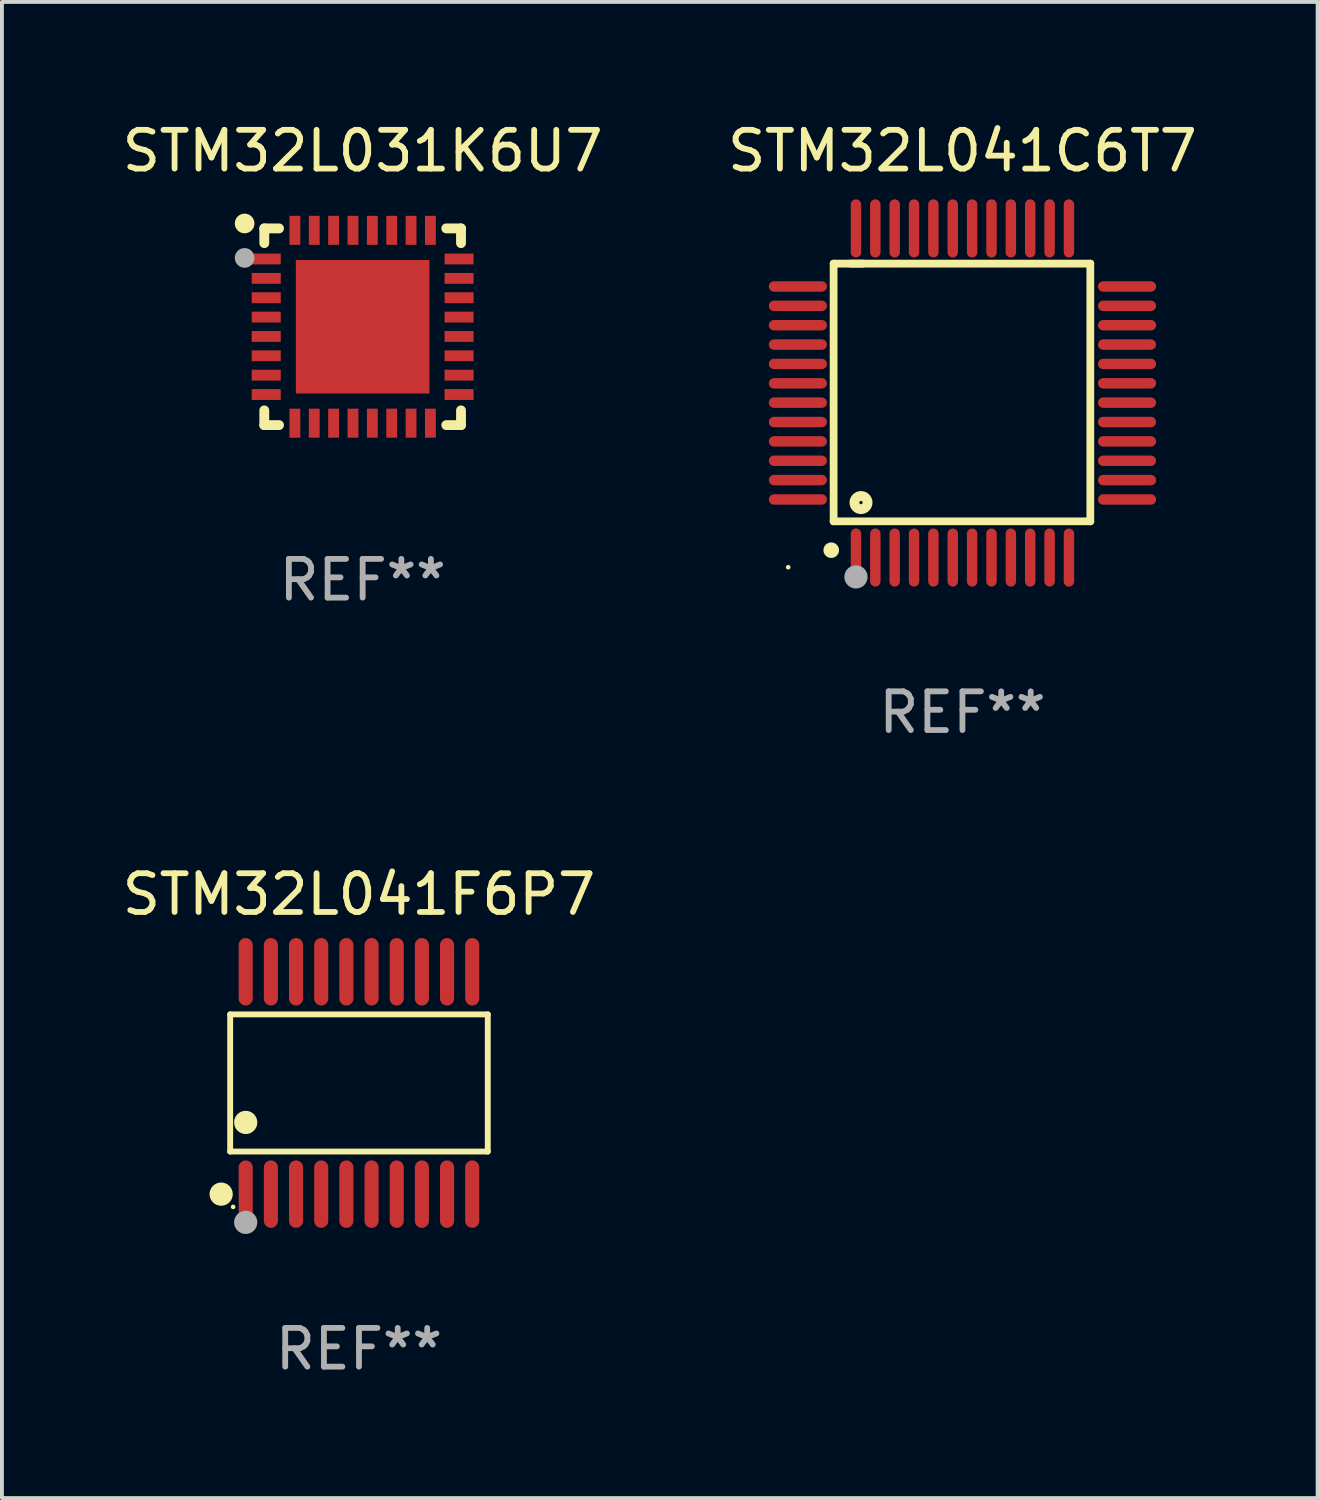
<source format=kicad_pcb>
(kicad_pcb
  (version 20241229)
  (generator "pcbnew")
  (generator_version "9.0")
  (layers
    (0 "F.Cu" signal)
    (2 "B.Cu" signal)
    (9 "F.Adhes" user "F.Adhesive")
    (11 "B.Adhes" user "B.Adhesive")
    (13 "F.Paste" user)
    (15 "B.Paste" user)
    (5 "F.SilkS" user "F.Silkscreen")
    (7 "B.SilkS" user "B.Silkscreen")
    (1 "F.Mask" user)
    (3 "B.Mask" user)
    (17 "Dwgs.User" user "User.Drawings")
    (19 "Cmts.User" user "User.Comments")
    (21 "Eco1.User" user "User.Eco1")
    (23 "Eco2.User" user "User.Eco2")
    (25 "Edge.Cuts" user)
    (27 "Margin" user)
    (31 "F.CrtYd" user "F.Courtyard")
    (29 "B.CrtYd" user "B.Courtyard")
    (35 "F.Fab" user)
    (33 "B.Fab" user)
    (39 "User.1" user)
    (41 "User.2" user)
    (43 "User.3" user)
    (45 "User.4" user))
  (footprint "STM32L031K6U7"
    (layer "F.Cu")
    (at 6.315 5.388)
    (property "Reference" "STM32L031K6U7" (at 0 -4.54 0) (layer "F.SilkS") (effects (font (size 1 1) (thickness 0.15))))
    (attr through_hole)
    (fp_line (start -2.54 -2.54) (end -2.159 -2.54) (stroke (width 0.254) (type solid)) (layer "F.SilkS"))
    (fp_line (start -2.54 -2.159) (end -2.54 -2.54) (stroke (width 0.254) (type solid)) (layer "F.SilkS"))
    (fp_line (start -2.54 2.54) (end -2.54 2.159) (stroke (width 0.254) (type solid)) (layer "F.SilkS"))
    (fp_line (start -2.159 2.54) (end -2.54 2.54) (stroke (width 0.254) (type solid)) (layer "F.SilkS"))
    (fp_line (start 2.159 -2.54) (end 2.54 -2.54) (stroke (width 0.254) (type solid)) (layer "F.SilkS"))
    (fp_line (start 2.54 -2.54) (end 2.54 -2.159) (stroke (width 0.254) (type solid)) (layer "F.SilkS"))
    (fp_line (start 2.54 2.159) (end 2.54 2.54) (stroke (width 0.254) (type solid)) (layer "F.SilkS"))
    (fp_line (start 2.54 2.54) (end 2.159 2.54) (stroke (width 0.254) (type solid)) (layer "F.SilkS"))
    (fp_circle (center -3.048 -2.667) (end -2.921 -2.667) (stroke (width 0.254) (type solid)) (fill no) (layer "F.SilkS"))
    (fp_circle (center -2.5 -2.5) (end -2.47 -2.5) (stroke (width 0.06) (type solid)) (fill no) (layer "F.SilkS"))
    (fp_circle (center -3.048 -1.778) (end -2.921 -1.778) (stroke (width 0.254) (type solid)) (fill no) (layer "F.Fab"))
    (fp_text user "REF**" (at 0 6.54 0) (layer "F.Fab") (effects (font (size 1 1) (thickness 0.15))))
    (pad "1" smd rect (at -2.49 -1.75) (size 0.75 0.28) (layers "F.Cu" "F.Mask" "F.Paste"))
    (pad "2" smd rect (at -2.49 -1.25) (size 0.75 0.28) (layers "F.Cu" "F.Mask" "F.Paste"))
    (pad "3" smd rect (at -2.49 -0.75) (size 0.75 0.28) (layers "F.Cu" "F.Mask" "F.Paste"))
    (pad "4" smd rect (at -2.49 -0.25) (size 0.75 0.28) (layers "F.Cu" "F.Mask" "F.Paste"))
    (pad "5" smd rect (at -2.49 0.25) (size 0.75 0.28) (layers "F.Cu" "F.Mask" "F.Paste"))
    (pad "6" smd rect (at -2.49 0.75) (size 0.75 0.28) (layers "F.Cu" "F.Mask" "F.Paste"))
    (pad "7" smd rect (at -2.49 1.25) (size 0.75 0.28) (layers "F.Cu" "F.Mask" "F.Paste"))
    (pad "8" smd rect (at -2.49 1.75) (size 0.75 0.28) (layers "F.Cu" "F.Mask" "F.Paste"))
    (pad "9" smd rect (at -1.75 2.49) (size 0.28 0.75) (layers "F.Cu" "F.Mask" "F.Paste"))
    (pad "10" smd rect (at -1.25 2.49) (size 0.28 0.75) (layers "F.Cu" "F.Mask" "F.Paste"))
    (pad "11" smd rect (at -0.75 2.49) (size 0.28 0.75) (layers "F.Cu" "F.Mask" "F.Paste"))
    (pad "12" smd rect (at -0.25 2.49) (size 0.28 0.75) (layers "F.Cu" "F.Mask" "F.Paste"))
    (pad "13" smd rect (at 0.25 2.49) (size 0.28 0.75) (layers "F.Cu" "F.Mask" "F.Paste"))
    (pad "14" smd rect (at 0.75 2.49) (size 0.28 0.75) (layers "F.Cu" "F.Mask" "F.Paste"))
    (pad "15" smd rect (at 1.25 2.49) (size 0.28 0.75) (layers "F.Cu" "F.Mask" "F.Paste"))
    (pad "16" smd rect (at 1.75 2.49) (size 0.28 0.75) (layers "F.Cu" "F.Mask" "F.Paste"))
    (pad "17" smd rect (at 2.49 1.75) (size 0.75 0.28) (layers "F.Cu" "F.Mask" "F.Paste"))
    (pad "18" smd rect (at 2.49 1.25) (size 0.75 0.28) (layers "F.Cu" "F.Mask" "F.Paste"))
    (pad "19" smd rect (at 2.49 0.75) (size 0.75 0.28) (layers "F.Cu" "F.Mask" "F.Paste"))
    (pad "20" smd rect (at 2.49 0.25) (size 0.75 0.28) (layers "F.Cu" "F.Mask" "F.Paste"))
    (pad "21" smd rect (at 2.49 -0.25) (size 0.75 0.28) (layers "F.Cu" "F.Mask" "F.Paste"))
    (pad "22" smd rect (at 2.49 -0.75) (size 0.75 0.28) (layers "F.Cu" "F.Mask" "F.Paste"))
    (pad "23" smd rect (at 2.49 -1.25) (size 0.75 0.28) (layers "F.Cu" "F.Mask" "F.Paste"))
    (pad "24" smd rect (at 2.49 -1.75) (size 0.75 0.28) (layers "F.Cu" "F.Mask" "F.Paste"))
    (pad "25" smd rect (at 1.75 -2.49) (size 0.28 0.75) (layers "F.Cu" "F.Mask" "F.Paste"))
    (pad "26" smd rect (at 1.25 -2.49) (size 0.28 0.75) (layers "F.Cu" "F.Mask" "F.Paste"))
    (pad "27" smd rect (at 0.75 -2.49) (size 0.28 0.75) (layers "F.Cu" "F.Mask" "F.Paste"))
    (pad "28" smd rect (at 0.25 -2.49) (size 0.28 0.75) (layers "F.Cu" "F.Mask" "F.Paste"))
    (pad "29" smd rect (at -0.25 -2.49) (size 0.28 0.75) (layers "F.Cu" "F.Mask" "F.Paste"))
    (pad "30" smd rect (at -0.75 -2.49) (size 0.28 0.75) (layers "F.Cu" "F.Mask" "F.Paste"))
    (pad "31" smd rect (at -1.25 -2.49) (size 0.28 0.75) (layers "F.Cu" "F.Mask" "F.Paste"))
    (pad "32" smd rect (at -1.75 -2.49) (size 0.28 0.75) (layers "F.Cu" "F.Mask" "F.Paste"))
    (pad "33" smd rect (at 0 0) (size 3.45 3.45) (layers "F.Cu" "F.Mask" "F.Paste")))
  (footprint "STM32L041F6P7"
    (layer "F.Cu")
    (at 6.22 24.916)
    (property "Reference" "STM32L041F6P7" (at 0 -4.871 0) (layer "F.SilkS") (effects (font (size 1 1) (thickness 0.15))))
    (attr through_hole)
    (fp_line (start -3.326 -1.771) (end 3.326 -1.771) (stroke (width 0.152) (type solid)) (layer "F.SilkS"))
    (fp_line (start -3.326 1.771) (end -3.326 -1.771) (stroke (width 0.152) (type solid)) (layer "F.SilkS"))
    (fp_line (start 3.326 -1.771) (end 3.326 1.771) (stroke (width 0.152) (type solid)) (layer "F.SilkS"))
    (fp_line (start 3.326 1.771) (end -3.326 1.771) (stroke (width 0.152) (type solid)) (layer "F.SilkS"))
    (fp_circle (center -3.559 2.871) (end -3.409 2.871) (stroke (width 0.3) (type solid)) (fill no) (layer "F.SilkS"))
    (fp_circle (center -3.25 3.2) (end -3.22 3.2) (stroke (width 0.06) (type solid)) (fill no) (layer "F.SilkS"))
    (fp_circle (center -2.925 1.019) (end -2.775 1.019) (stroke (width 0.3) (type solid)) (fill no) (layer "F.SilkS"))
    (fp_circle (center -2.925 3.6) (end -2.775 3.6) (stroke (width 0.3) (type solid)) (fill no) (layer "F.Fab"))
    (fp_text user "REF**" (at 0 6.871 0) (layer "F.Fab") (effects (font (size 1 1) (thickness 0.15))))
    (pad "1" smd oval (at -2.925 2.871) (size 0.364 1.742) (layers "F.Cu" "F.Mask" "F.Paste"))
    (pad "2" smd oval (at -2.275 2.871) (size 0.364 1.742) (layers "F.Cu" "F.Mask" "F.Paste"))
    (pad "3" smd oval (at -1.625 2.871) (size 0.364 1.742) (layers "F.Cu" "F.Mask" "F.Paste"))
    (pad "4" smd oval (at -0.975 2.871) (size 0.364 1.742) (layers "F.Cu" "F.Mask" "F.Paste"))
    (pad "5" smd oval (at -0.325 2.871) (size 0.364 1.742) (layers "F.Cu" "F.Mask" "F.Paste"))
    (pad "6" smd oval (at 0.325 2.871) (size 0.364 1.742) (layers "F.Cu" "F.Mask" "F.Paste"))
    (pad "7" smd oval (at 0.975 2.871) (size 0.364 1.742) (layers "F.Cu" "F.Mask" "F.Paste"))
    (pad "8" smd oval (at 1.625 2.871) (size 0.364 1.742) (layers "F.Cu" "F.Mask" "F.Paste"))
    (pad "9" smd oval (at 2.275 2.871) (size 0.364 1.742) (layers "F.Cu" "F.Mask" "F.Paste"))
    (pad "10" smd oval (at 2.925 2.871) (size 0.364 1.742) (layers "F.Cu" "F.Mask" "F.Paste"))
    (pad "11" smd oval (at 2.925 -2.871) (size 0.364 1.742) (layers "F.Cu" "F.Mask" "F.Paste"))
    (pad "12" smd oval (at 2.275 -2.871) (size 0.364 1.742) (layers "F.Cu" "F.Mask" "F.Paste"))
    (pad "13" smd oval (at 1.625 -2.871) (size 0.364 1.742) (layers "F.Cu" "F.Mask" "F.Paste"))
    (pad "14" smd oval (at 0.975 -2.871) (size 0.364 1.742) (layers "F.Cu" "F.Mask" "F.Paste"))
    (pad "15" smd oval (at 0.325 -2.871) (size 0.364 1.742) (layers "F.Cu" "F.Mask" "F.Paste"))
    (pad "16" smd oval (at -0.325 -2.871) (size 0.364 1.742) (layers "F.Cu" "F.Mask" "F.Paste"))
    (pad "17" smd oval (at -0.975 -2.871) (size 0.364 1.742) (layers "F.Cu" "F.Mask" "F.Paste"))
    (pad "18" smd oval (at -1.625 -2.871) (size 0.364 1.742) (layers "F.Cu" "F.Mask" "F.Paste"))
    (pad "19" smd oval (at -2.275 -2.871) (size 0.364 1.742) (layers "F.Cu" "F.Mask" "F.Paste"))
    (pad "20" smd oval (at -2.925 -2.871) (size 0.364 1.742) (layers "F.Cu" "F.Mask" "F.Paste")))
  (footprint "STM32L041C6T7"
    (layer "F.Cu")
    (at 21.804 7.098)
    (property "Reference" "STM32L041C6T7" (at 0 -6.25 0) (layer "F.SilkS") (effects (font (size 1 1) (thickness 0.15))))
    (attr through_hole)
    (fp_line (start -3.327 -3.34) (end -2.565 -3.34) (stroke (width 0.2) (type solid)) (layer "F.SilkS"))
    (fp_line (start -3.327 3.315) (end -3.327 -3.34) (stroke (width 0.2) (type solid)) (layer "F.SilkS"))
    (fp_line (start -2.896 -3.34) (end 3.302 -3.34) (stroke (width 0.2) (type solid)) (layer "F.SilkS"))
    (fp_line (start 3.302 -3.34) (end 3.302 3.315) (stroke (width 0.2) (type solid)) (layer "F.SilkS"))
    (fp_line (start 3.302 3.315) (end -3.327 3.315) (stroke (width 0.2) (type solid)) (layer "F.SilkS"))
    (fp_arc (start -3.389992 4.059995) (mid -3.388722 4.059991) (end -3.387452 4.059995) (stroke (width 0.4) (type solid)) (layer "F.SilkS"))
    (fp_circle (center -4.5 4.5) (end -4.47 4.5) (stroke (width 0.06) (type solid)) (fill no) (layer "F.SilkS"))
    (fp_circle (center -2.62 2.83) (end -2.45 2.83) (stroke (width 0.254) (type solid)) (fill no) (layer "F.SilkS"))
    (fp_circle (center -2.75 4.75) (end -2.6 4.75) (stroke (width 0.3) (type solid)) (fill no) (layer "F.Fab"))
    (fp_text user "REF**" (at 0 8.25 0) (layer "F.Fab") (effects (font (size 1 1) (thickness 0.15))))
    (pad "1" smd oval (at -2.75 4.25) (size 0.27 1.5) (layers "F.Cu" "F.Mask" "F.Paste"))
    (pad "2" smd oval (at -2.25 4.25) (size 0.27 1.5) (layers "F.Cu" "F.Mask" "F.Paste"))
    (pad "3" smd oval (at -1.75 4.25) (size 0.27 1.5) (layers "F.Cu" "F.Mask" "F.Paste"))
    (pad "4" smd oval (at -1.25 4.25) (size 0.27 1.5) (layers "F.Cu" "F.Mask" "F.Paste"))
    (pad "5" smd oval (at -0.75 4.25) (size 0.27 1.5) (layers "F.Cu" "F.Mask" "F.Paste"))
    (pad "6" smd oval (at -0.25 4.25) (size 0.27 1.5) (layers "F.Cu" "F.Mask" "F.Paste"))
    (pad "7" smd oval (at 0.25 4.25) (size 0.27 1.5) (layers "F.Cu" "F.Mask" "F.Paste"))
    (pad "8" smd oval (at 0.75 4.25) (size 0.27 1.5) (layers "F.Cu" "F.Mask" "F.Paste"))
    (pad "9" smd oval (at 1.25 4.25) (size 0.27 1.5) (layers "F.Cu" "F.Mask" "F.Paste"))
    (pad "10" smd oval (at 1.75 4.25) (size 0.27 1.5) (layers "F.Cu" "F.Mask" "F.Paste"))
    (pad "11" smd oval (at 2.25 4.25) (size 0.27 1.5) (layers "F.Cu" "F.Mask" "F.Paste"))
    (pad "12" smd oval (at 2.75 4.25) (size 0.27 1.5) (layers "F.Cu" "F.Mask" "F.Paste"))
    (pad "13" smd oval (at 4.25 2.75) (size 1.5 0.27) (layers "F.Cu" "F.Mask" "F.Paste"))
    (pad "14" smd oval (at 4.25 2.25) (size 1.5 0.27) (layers "F.Cu" "F.Mask" "F.Paste"))
    (pad "15" smd oval (at 4.25 1.75) (size 1.5 0.27) (layers "F.Cu" "F.Mask" "F.Paste"))
    (pad "16" smd oval (at 4.25 1.25) (size 1.5 0.27) (layers "F.Cu" "F.Mask" "F.Paste"))
    (pad "17" smd oval (at 4.25 0.75) (size 1.5 0.27) (layers "F.Cu" "F.Mask" "F.Paste"))
    (pad "18" smd oval (at 4.25 0.25) (size 1.5 0.27) (layers "F.Cu" "F.Mask" "F.Paste"))
    (pad "19" smd oval (at 4.25 -0.25) (size 1.5 0.27) (layers "F.Cu" "F.Mask" "F.Paste"))
    (pad "20" smd oval (at 4.25 -0.75) (size 1.5 0.27) (layers "F.Cu" "F.Mask" "F.Paste"))
    (pad "21" smd oval (at 4.25 -1.25) (size 1.5 0.27) (layers "F.Cu" "F.Mask" "F.Paste"))
    (pad "22" smd oval (at 4.25 -1.75) (size 1.5 0.27) (layers "F.Cu" "F.Mask" "F.Paste"))
    (pad "23" smd oval (at 4.25 -2.25) (size 1.5 0.27) (layers "F.Cu" "F.Mask" "F.Paste"))
    (pad "24" smd oval (at 4.25 -2.75) (size 1.5 0.27) (layers "F.Cu" "F.Mask" "F.Paste"))
    (pad "25" smd oval (at 2.75 -4.25) (size 0.27 1.5) (layers "F.Cu" "F.Mask" "F.Paste"))
    (pad "26" smd oval (at 2.25 -4.25) (size 0.27 1.5) (layers "F.Cu" "F.Mask" "F.Paste"))
    (pad "27" smd oval (at 1.75 -4.25) (size 0.27 1.5) (layers "F.Cu" "F.Mask" "F.Paste"))
    (pad "28" smd oval (at 1.25 -4.25) (size 0.27 1.5) (layers "F.Cu" "F.Mask" "F.Paste"))
    (pad "29" smd oval (at 0.75 -4.25) (size 0.27 1.5) (layers "F.Cu" "F.Mask" "F.Paste"))
    (pad "30" smd oval (at 0.25 -4.25) (size 0.27 1.5) (layers "F.Cu" "F.Mask" "F.Paste"))
    (pad "31" smd oval (at -0.25 -4.25) (size 0.27 1.5) (layers "F.Cu" "F.Mask" "F.Paste"))
    (pad "32" smd oval (at -0.75 -4.25) (size 0.27 1.5) (layers "F.Cu" "F.Mask" "F.Paste"))
    (pad "33" smd oval (at -1.25 -4.25) (size 0.27 1.5) (layers "F.Cu" "F.Mask" "F.Paste"))
    (pad "34" smd oval (at -1.75 -4.25) (size 0.27 1.5) (layers "F.Cu" "F.Mask" "F.Paste"))
    (pad "35" smd oval (at -2.25 -4.25) (size 0.27 1.5) (layers "F.Cu" "F.Mask" "F.Paste"))
    (pad "36" smd oval (at -2.75 -4.25) (size 0.27 1.5) (layers "F.Cu" "F.Mask" "F.Paste"))
    (pad "37" smd oval (at -4.25 -2.75) (size 1.5 0.27) (layers "F.Cu" "F.Mask" "F.Paste"))
    (pad "38" smd oval (at -4.25 -2.25) (size 1.5 0.27) (layers "F.Cu" "F.Mask" "F.Paste"))
    (pad "39" smd oval (at -4.25 -1.75) (size 1.5 0.27) (layers "F.Cu" "F.Mask" "F.Paste"))
    (pad "40" smd oval (at -4.25 -1.25) (size 1.5 0.27) (layers "F.Cu" "F.Mask" "F.Paste"))
    (pad "41" smd oval (at -4.25 -0.75) (size 1.5 0.27) (layers "F.Cu" "F.Mask" "F.Paste"))
    (pad "42" smd oval (at -4.25 -0.25) (size 1.5 0.27) (layers "F.Cu" "F.Mask" "F.Paste"))
    (pad "43" smd oval (at -4.25 0.25) (size 1.5 0.27) (layers "F.Cu" "F.Mask" "F.Paste"))
    (pad "44" smd oval (at -4.25 0.75) (size 1.5 0.27) (layers "F.Cu" "F.Mask" "F.Paste"))
    (pad "45" smd oval (at -4.25 1.25) (size 1.5 0.27) (layers "F.Cu" "F.Mask" "F.Paste"))
    (pad "46" smd oval (at -4.25 1.75) (size 1.5 0.27) (layers "F.Cu" "F.Mask" "F.Paste"))
    (pad "47" smd oval (at -4.25 2.25) (size 1.5 0.27) (layers "F.Cu" "F.Mask" "F.Paste"))
    (pad "48" smd oval (at -4.25 2.75) (size 1.5 0.27) (layers "F.Cu" "F.Mask" "F.Paste")))
  (gr_rect
    (start -3 -3)
    (end 30.976 35.635)
    (stroke (width 0.1) (type default))
    (fill no)
    (layer "Edge.Cuts")))
</source>
